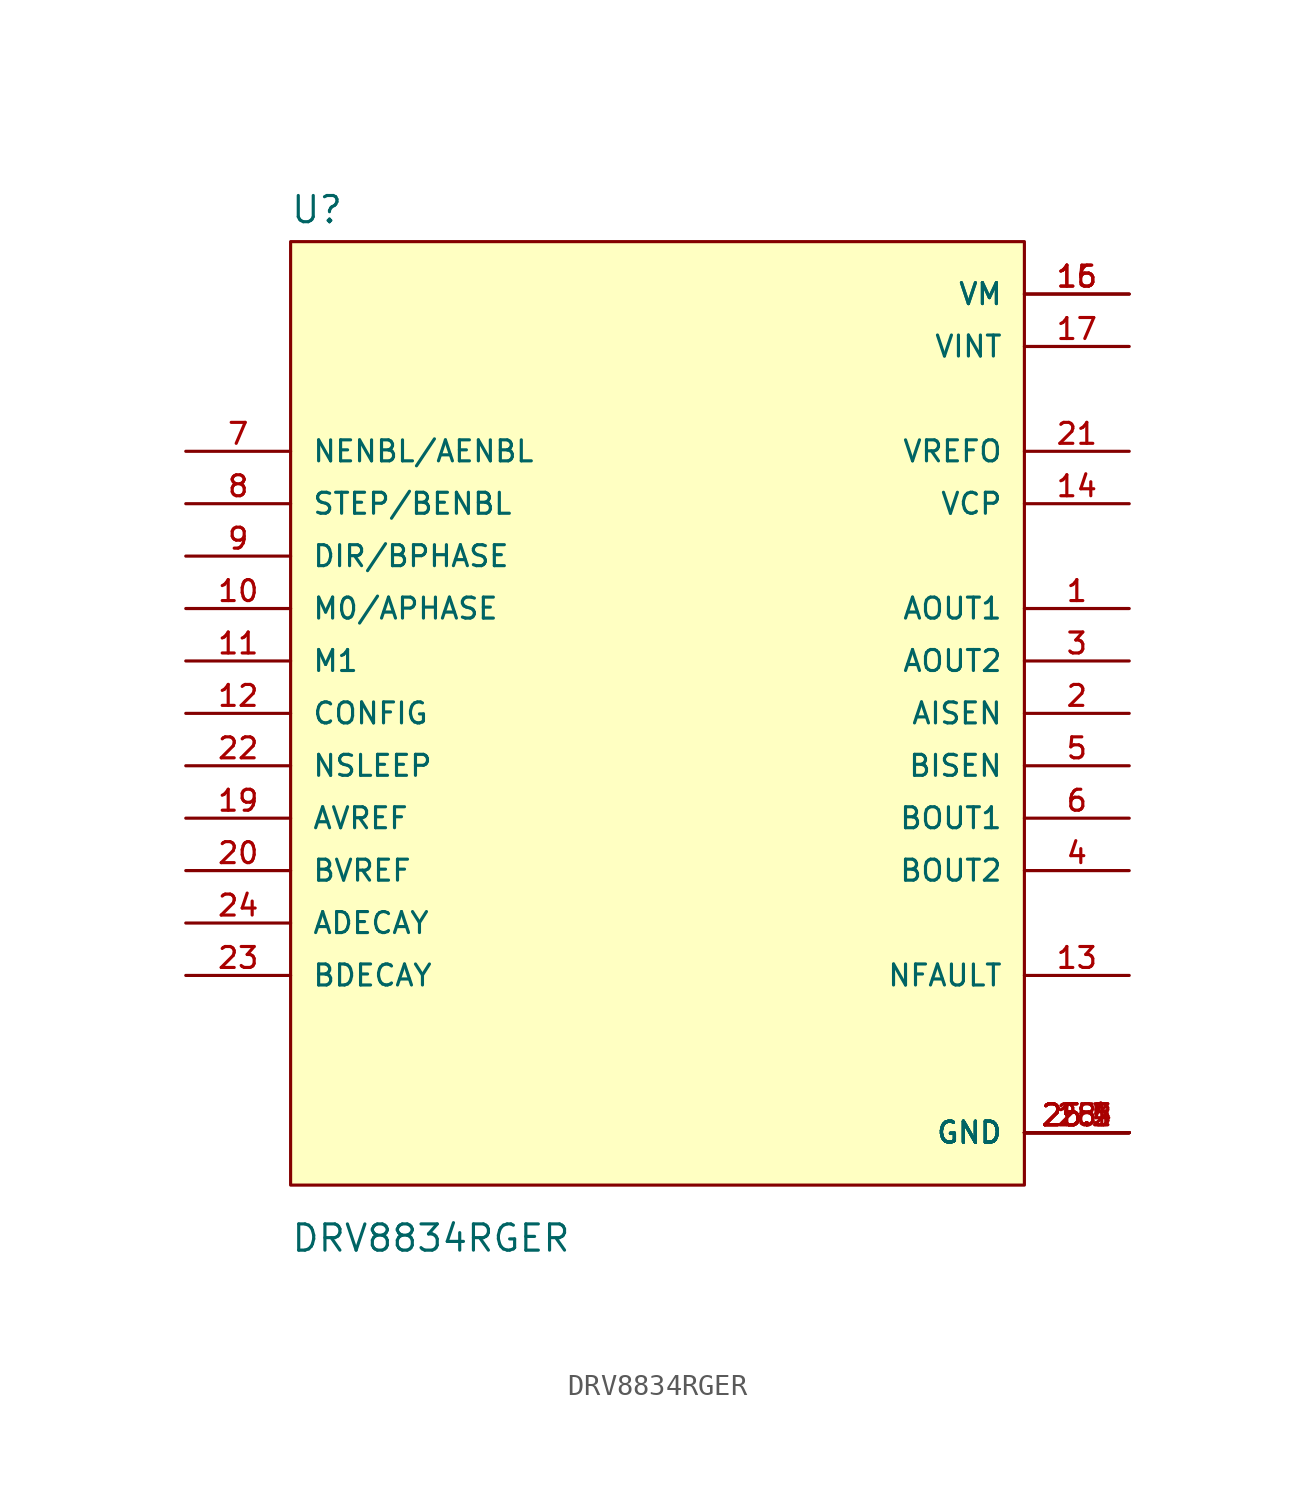
<source format=kicad_sym>
(kicad_symbol_lib
  (version 20211014)
  (generator kicad_symbol_editor)
  (symbol "DRV8834RGER"
    (pin_names
      (offset 1.016))
    (property "Reference" "U"
      (at -17.811 23.663 0)
      (effects (font (size 1.27 1.27)) (justify bottom left)))
    (property "Value" "DRV8834RGER"
      (at -17.789 -26.176 0)
      (effects (font (size 1.27 1.27)) (justify bottom left)))
    (symbol "DRV8834RGER_0_0"
      (rectangle (start -17.78 -22.86) (end 17.78 22.86) (stroke (width 0.152)) (fill (type background)))
      (pin output line (at 22.86 5.08 180.0) (length 5.08) (name "AOUT1" (effects (font (size 1.016 1.016)))) (number "1" (effects (font (size 1.016 1.016)))))
      (pin output line (at 22.86 2.54 180.0) (length 5.08) (name "AOUT2" (effects (font (size 1.016 1.016)))) (number "3" (effects (font (size 1.016 1.016)))))
      (pin output line (at 22.86 -5.08 180.0) (length 5.08) (name "BOUT1" (effects (font (size 1.016 1.016)))) (number "6" (effects (font (size 1.016 1.016)))))
      (pin output line (at 22.86 -7.62 180.0) (length 5.08) (name "BOUT2" (effects (font (size 1.016 1.016)))) (number "4" (effects (font (size 1.016 1.016)))))
      (pin bidirectional line (at 22.86 0.0 180.0) (length 5.08) (name "AISEN" (effects (font (size 1.016 1.016)))) (number "2" (effects (font (size 1.016 1.016)))))
      (pin bidirectional line (at 22.86 -2.54 180.0) (length 5.08) (name "BISEN" (effects (font (size 1.016 1.016)))) (number "5" (effects (font (size 1.016 1.016)))))
      (pin power_in line (at 22.86 -20.32 180.0) (length 5.08) (name "GND" (effects (font (size 1.016 1.016)))) (number "18" (effects (font (size 1.016 1.016)))))
      (pin power_in line (at 22.86 -20.32 180.0) (length 5.08) (name "GND" (effects (font (size 1.016 1.016)))) (number "25" (effects (font (size 1.016 1.016)))))
      (pin power_in line (at 22.86 -20.32 180.0) (length 5.08) (name "GND" (effects (font (size 1.016 1.016)))) (number "25.1" (effects (font (size 1.016 1.016)))))
      (pin power_in line (at 22.86 -20.32 180.0) (length 5.08) (name "GND" (effects (font (size 1.016 1.016)))) (number "25.2" (effects (font (size 1.016 1.016)))))
      (pin power_in line (at 22.86 -20.32 180.0) (length 5.08) (name "GND" (effects (font (size 1.016 1.016)))) (number "25.3" (effects (font (size 1.016 1.016)))))
      (pin power_in line (at 22.86 -20.32 180.0) (length 5.08) (name "GND" (effects (font (size 1.016 1.016)))) (number "25.4" (effects (font (size 1.016 1.016)))))
      (pin power_in line (at 22.86 -20.32 180.0) (length 5.08) (name "GND" (effects (font (size 1.016 1.016)))) (number "25.5" (effects (font (size 1.016 1.016)))))
      (pin power_in line (at 22.86 20.32 180.0) (length 5.08) (name "VM" (effects (font (size 1.016 1.016)))) (number "15" (effects (font (size 1.016 1.016)))))
      (pin power_in line (at 22.86 20.32 180.0) (length 5.08) (name "VM" (effects (font (size 1.016 1.016)))) (number "16" (effects (font (size 1.016 1.016)))))
      (pin power_in line (at 22.86 17.78 180.0) (length 5.08) (name "VINT" (effects (font (size 1.016 1.016)))) (number "17" (effects (font (size 1.016 1.016)))))
      (pin output line (at 22.86 12.7 180.0) (length 5.08) (name "VREFO" (effects (font (size 1.016 1.016)))) (number "21" (effects (font (size 1.016 1.016)))))
      (pin output line (at 22.86 10.16 180.0) (length 5.08) (name "VCP" (effects (font (size 1.016 1.016)))) (number "14" (effects (font (size 1.016 1.016)))))
      (pin input line (at -22.86 12.7 0) (length 5.08) (name "NENBL/AENBL" (effects (font (size 1.016 1.016)))) (number "7" (effects (font (size 1.016 1.016)))))
      (pin input line (at -22.86 10.16 0) (length 5.08) (name "STEP/BENBL" (effects (font (size 1.016 1.016)))) (number "8" (effects (font (size 1.016 1.016)))))
      (pin input line (at -22.86 7.62 0) (length 5.08) (name "DIR/BPHASE" (effects (font (size 1.016 1.016)))) (number "9" (effects (font (size 1.016 1.016)))))
      (pin input line (at -22.86 5.08 0) (length 5.08) (name "M0/APHASE" (effects (font (size 1.016 1.016)))) (number "10" (effects (font (size 1.016 1.016)))))
      (pin input line (at -22.86 2.54 0) (length 5.08) (name "M1" (effects (font (size 1.016 1.016)))) (number "11" (effects (font (size 1.016 1.016)))))
      (pin input line (at -22.86 0.0 0) (length 5.08) (name "CONFIG" (effects (font (size 1.016 1.016)))) (number "12" (effects (font (size 1.016 1.016)))))
      (pin input line (at -22.86 -2.54 0) (length 5.08) (name "NSLEEP" (effects (font (size 1.016 1.016)))) (number "22" (effects (font (size 1.016 1.016)))))
      (pin input line (at -22.86 -5.08 0) (length 5.08) (name "AVREF" (effects (font (size 1.016 1.016)))) (number "19" (effects (font (size 1.016 1.016)))))
      (pin input line (at -22.86 -7.62 0) (length 5.08) (name "BVREF" (effects (font (size 1.016 1.016)))) (number "20" (effects (font (size 1.016 1.016)))))
      (pin input line (at -22.86 -10.16 0) (length 5.08) (name "ADECAY" (effects (font (size 1.016 1.016)))) (number "24" (effects (font (size 1.016 1.016)))))
      (pin input line (at -22.86 -12.7 0) (length 5.08) (name "BDECAY" (effects (font (size 1.016 1.016)))) (number "23" (effects (font (size 1.016 1.016)))))
      (pin output line (at 22.86 -12.7 180.0) (length 5.08) (name "NFAULT" (effects (font (size 1.016 1.016)))) (number "13" (effects (font (size 1.016 1.016))))))))
</source>
